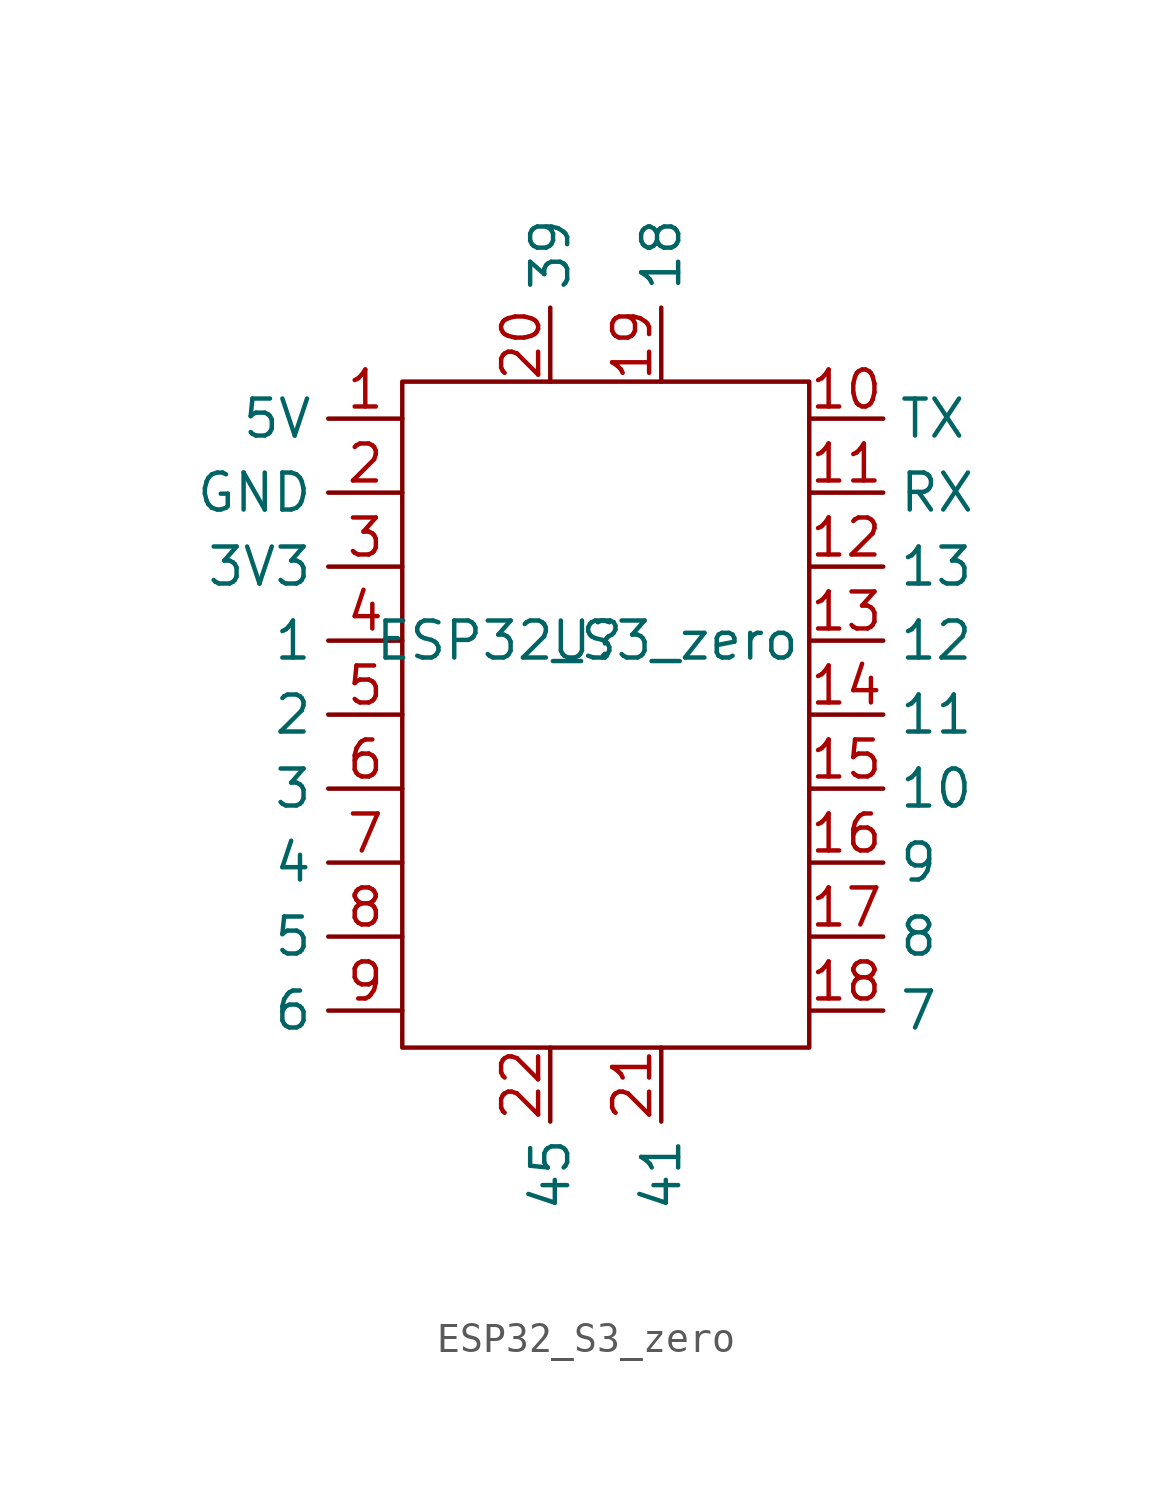
<source format=kicad_sym>
(kicad_symbol_lib
  (version 20220914)
  (generator kicad_symbol_editor)
  (symbol "ESP32_S3_zero"
    (property "Reference" "U"
      (at 0 0 0)
      (effects (font (size 1.27 1.27))))
    (property "Value" "ESP32_S3_zero"
      (at 0 0 0)
      (effects (font (size 1.27 1.27))))
    (symbol "ESP32_S3_zero_0_1"
      (rectangle (start -6.35 8.89) (end 7.62 -13.97) (stroke (width 0) (type default)) (fill (type none))))
    (symbol "ESP32_S3_zero_1_1"
      (pin input line (at -6.35 7.62 180) (length 2.54) (name "5V" (effects (font (size 1.27 1.27)))) (number "1" (effects (font (size 1.27 1.27)))))
      (pin input line (at 7.62 7.62 0) (length 2.54) (name "TX" (effects (font (size 1.27 1.27)))) (number "10" (effects (font (size 1.27 1.27)))))
      (pin input line (at 7.62 5.08 0) (length 2.54) (name "RX" (effects (font (size 1.27 1.27)))) (number "11" (effects (font (size 1.27 1.27)))))
      (pin input line (at 7.62 2.54 0) (length 2.54) (name "13" (effects (font (size 1.27 1.27)))) (number "12" (effects (font (size 1.27 1.27)))))
      (pin input line (at 7.62 0 0) (length 2.54) (name "12" (effects (font (size 1.27 1.27)))) (number "13" (effects (font (size 1.27 1.27)))))
      (pin input line (at 7.62 -2.54 0) (length 2.54) (name "11" (effects (font (size 1.27 1.27)))) (number "14" (effects (font (size 1.27 1.27)))))
      (pin input line (at 7.62 -5.08 0) (length 2.54) (name "10" (effects (font (size 1.27 1.27)))) (number "15" (effects (font (size 1.27 1.27)))))
      (pin input line (at 7.62 -7.62 0) (length 2.54) (name "9" (effects (font (size 1.27 1.27)))) (number "16" (effects (font (size 1.27 1.27)))))
      (pin input line (at 7.62 -10.16 0) (length 2.54) (name "8" (effects (font (size 1.27 1.27)))) (number "17" (effects (font (size 1.27 1.27)))))
      (pin input line (at 7.62 -12.7 0) (length 2.54) (name "7" (effects (font (size 1.27 1.27)))) (number "18" (effects (font (size 1.27 1.27)))))
      (pin input line (at 2.54 8.89 90) (length 2.54) (name "18" (effects (font (size 1.27 1.27)))) (number "19" (effects (font (size 1.27 1.27)))))
      (pin input line (at -6.35 5.08 180) (length 2.54) (name "GND" (effects (font (size 1.27 1.27)))) (number "2" (effects (font (size 1.27 1.27)))))
      (pin input line (at -1.27 8.89 90) (length 2.54) (name "39" (effects (font (size 1.27 1.27)))) (number "20" (effects (font (size 1.27 1.27)))))
      (pin input line (at 2.54 -13.97 270) (length 2.54) (name "41" (effects (font (size 1.27 1.27)))) (number "21" (effects (font (size 1.27 1.27)))))
      (pin input line (at -1.27 -13.97 270) (length 2.54) (name "45" (effects (font (size 1.27 1.27)))) (number "22" (effects (font (size 1.27 1.27)))))
      (pin input line (at -6.35 2.54 180) (length 2.54) (name "3V3" (effects (font (size 1.27 1.27)))) (number "3" (effects (font (size 1.27 1.27)))))
      (pin input line (at -6.35 0 180) (length 2.54) (name "1" (effects (font (size 1.27 1.27)))) (number "4" (effects (font (size 1.27 1.27)))))
      (pin input line (at -6.35 -2.54 180) (length 2.54) (name "2" (effects (font (size 1.27 1.27)))) (number "5" (effects (font (size 1.27 1.27)))))
      (pin input line (at -6.35 -5.08 180) (length 2.54) (name "3" (effects (font (size 1.27 1.27)))) (number "6" (effects (font (size 1.27 1.27)))))
      (pin input line (at -6.35 -7.62 180) (length 2.54) (name "4" (effects (font (size 1.27 1.27)))) (number "7" (effects (font (size 1.27 1.27)))))
      (pin input line (at -6.35 -10.16 180) (length 2.54) (name "5" (effects (font (size 1.27 1.27)))) (number "8" (effects (font (size 1.27 1.27)))))
      (pin input line (at -6.35 -12.7 180) (length 2.54) (name "6" (effects (font (size 1.27 1.27)))) (number "9" (effects (font (size 1.27 1.27))))))))
</source>
